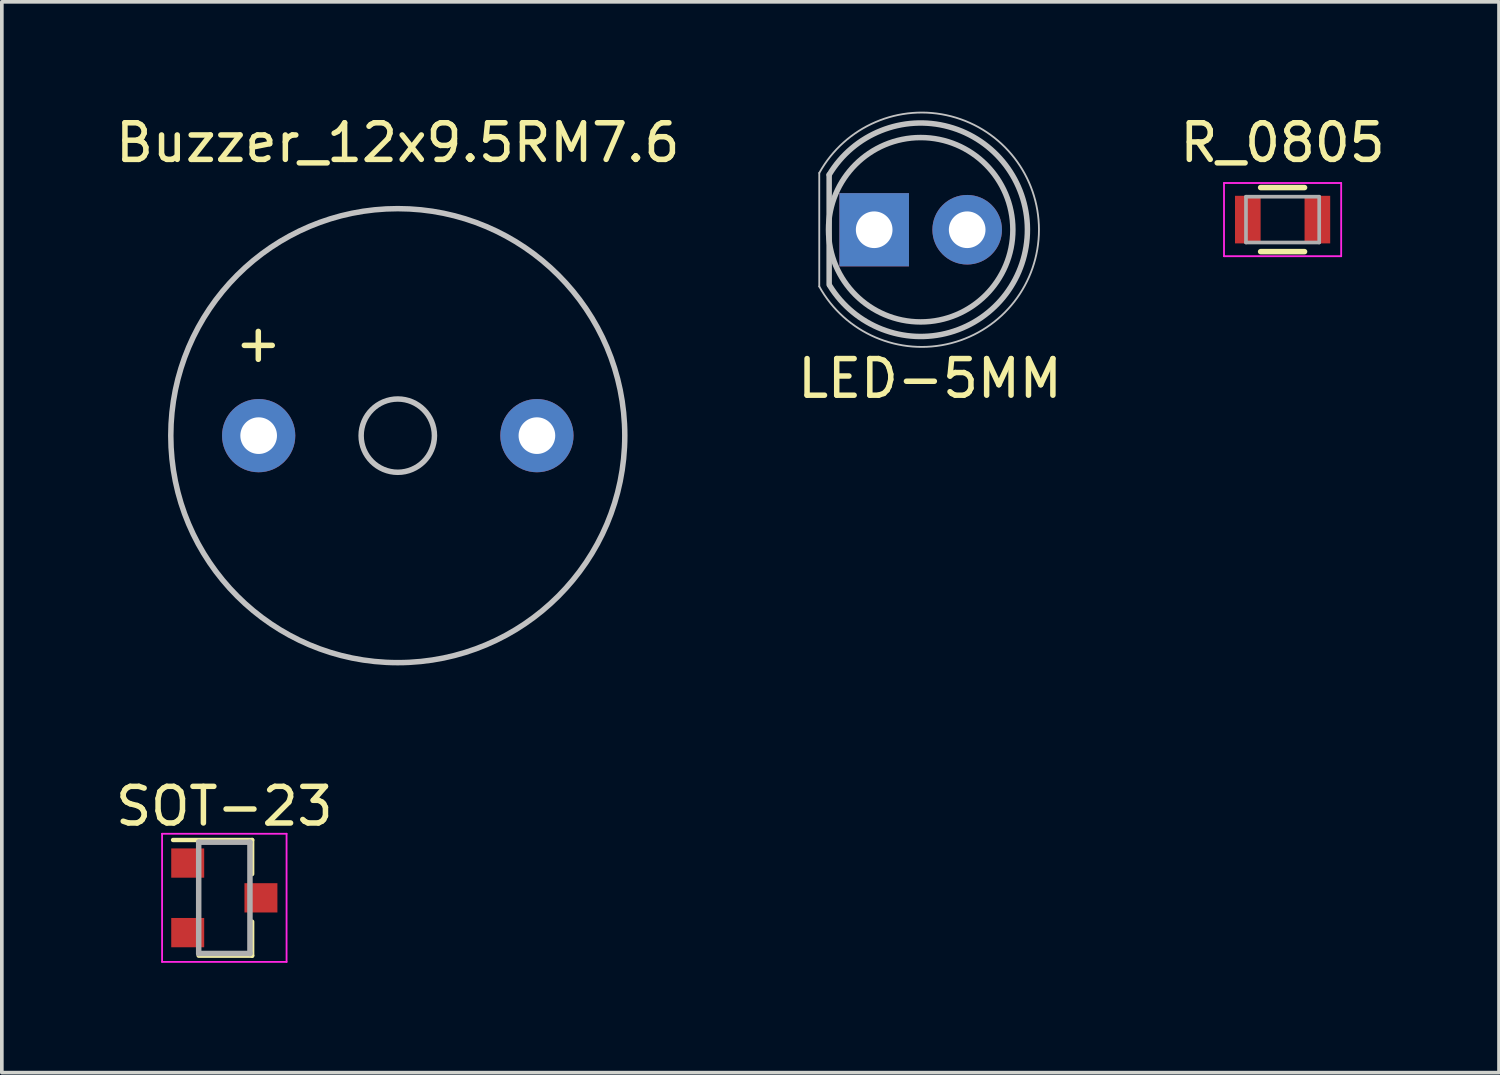
<source format=kicad_pcb>
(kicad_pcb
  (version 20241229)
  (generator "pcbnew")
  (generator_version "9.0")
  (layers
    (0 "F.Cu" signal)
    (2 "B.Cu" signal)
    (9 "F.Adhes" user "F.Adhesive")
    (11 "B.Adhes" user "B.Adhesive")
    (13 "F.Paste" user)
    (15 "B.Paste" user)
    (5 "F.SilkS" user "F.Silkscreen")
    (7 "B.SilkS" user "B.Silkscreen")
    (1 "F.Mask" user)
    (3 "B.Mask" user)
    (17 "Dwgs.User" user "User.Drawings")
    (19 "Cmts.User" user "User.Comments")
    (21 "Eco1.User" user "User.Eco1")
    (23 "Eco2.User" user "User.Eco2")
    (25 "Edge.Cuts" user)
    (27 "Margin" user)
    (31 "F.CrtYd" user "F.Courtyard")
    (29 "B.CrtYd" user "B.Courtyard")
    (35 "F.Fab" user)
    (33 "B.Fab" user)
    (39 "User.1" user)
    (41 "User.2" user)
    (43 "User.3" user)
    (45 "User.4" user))
  (footprint "SOT-23"
    (layer "F.Cu")
    (at 3.077 21.473)
    (property "Reference" "SOT-23" (at 0 -2.5 0) (layer "F.SilkS") (effects (font (size 1 1) (thickness 0.15))))
    (attr smd)
    (fp_line (start 0.76 -1.58) (end -1.4 -1.58) (stroke (width 0.12) (type solid)) (layer "F.SilkS"))
    (fp_line (start 0.76 -1.58) (end 0.76 -0.65) (stroke (width 0.12) (type solid)) (layer "F.SilkS"))
    (fp_line (start 0.76 1.58) (end -0.7 1.58) (stroke (width 0.12) (type solid)) (layer "F.SilkS"))
    (fp_line (start 0.76 1.58) (end 0.76 0.65) (stroke (width 0.12) (type solid)) (layer "F.SilkS"))
    (fp_line (start -1.7 -1.75) (end 1.7 -1.75) (stroke (width 0.05) (type solid)) (layer "F.CrtYd"))
    (fp_line (start -1.7 1.75) (end -1.7 -1.75) (stroke (width 0.05) (type solid)) (layer "F.CrtYd"))
    (fp_line (start 1.7 -1.75) (end 1.7 1.75) (stroke (width 0.05) (type solid)) (layer "F.CrtYd"))
    (fp_line (start 1.7 1.75) (end -1.7 1.75) (stroke (width 0.05) (type solid)) (layer "F.CrtYd"))
    (fp_line (start -0.7 -1.52) (end -0.7 1.52) (stroke (width 0.15) (type solid)) (layer "F.Fab"))
    (fp_line (start -0.7 -1.52) (end 0.7 -1.52) (stroke (width 0.15) (type solid)) (layer "F.Fab"))
    (fp_line (start -0.7 1.52) (end 0.7 1.52) (stroke (width 0.15) (type solid)) (layer "F.Fab"))
    (fp_line (start 0.7 -1.52) (end 0.7 1.52) (stroke (width 0.15) (type solid)) (layer "F.Fab"))
    (pad "1" smd rect (at -1 -0.95) (size 0.9 0.8) (layers "F.Cu" "F.Mask" "F.Paste"))
    (pad "2" smd rect (at -1 0.95) (size 0.9 0.8) (layers "F.Cu" "F.Mask" "F.Paste"))
    (pad "3" smd rect (at 1 0) (size 0.9 0.8) (layers "F.Cu" "F.Mask" "F.Paste")))
  (footprint "LED-5MM"
    (layer "F.Cu")
    (at 20.827 3.225)
    (property "Reference" "LED-5MM" (at 1.524 4.064 0) (layer "F.SilkS") (effects (font (size 1 1) (thickness 0.15))))
    (attr through_hole)
    (fp_line (start -1.5 -1.55) (end -1.5 1.55) (stroke (width 0.05) (type solid)) (layer "Dwgs.User"))
    (fp_line (start -1.23 1.5) (end -1.23 -1.5) (stroke (width 0.15) (type solid)) (layer "Dwgs.User"))
    (fp_arc (start -1.498248 -1.55316) (mid 4.50039 0.001807) (end -1.5 1.55) (stroke (width 0.05) (type solid)) (layer "Dwgs.User"))
    (fp_arc (start -1.23 -1.5) (mid 4.18544 -0.014565) (end -1.214888 1.524904) (stroke (width 0.15) (type solid)) (layer "Dwgs.User"))
    (fp_circle (center 1.27 0) (end 0.97 -2.5) (stroke (width 0.15) (type solid)) (fill no) (layer "Dwgs.User"))
    (pad "1" thru_hole rect (at 0 0 90) (size 2 1.9) (drill 1.001) (layers "*.Cu" "*.Mask"))
    (pad "2" thru_hole circle (at 2.54 0) (size 1.9 1.9) (drill 1.001) (layers "*.Cu" "*.Mask")))
  (footprint "R_0805"
    (layer "F.Cu")
    (at 31.982 2.948)
    (property "Reference" "R_0805" (at 0 -2.1 0) (layer "F.SilkS") (effects (font (size 1 1) (thickness 0.15))))
    (attr smd)
    (fp_line (start -0.6 -0.875) (end 0.6 -0.875) (stroke (width 0.15) (type solid)) (layer "F.SilkS"))
    (fp_line (start 0.6 0.875) (end -0.6 0.875) (stroke (width 0.15) (type solid)) (layer "F.SilkS"))
    (fp_line (start -1.6 -1) (end -1.6 1) (stroke (width 0.05) (type solid)) (layer "F.CrtYd"))
    (fp_line (start -1.6 -1) (end 1.6 -1) (stroke (width 0.05) (type solid)) (layer "F.CrtYd"))
    (fp_line (start -1.6 1) (end 1.6 1) (stroke (width 0.05) (type solid)) (layer "F.CrtYd"))
    (fp_line (start 1.6 -1) (end 1.6 1) (stroke (width 0.05) (type solid)) (layer "F.CrtYd"))
    (fp_line (start -1 -0.625) (end 1 -0.625) (stroke (width 0.1) (type solid)) (layer "F.Fab"))
    (fp_line (start -1 0.625) (end -1 -0.625) (stroke (width 0.1) (type solid)) (layer "F.Fab"))
    (fp_line (start 1 -0.625) (end 1 0.625) (stroke (width 0.1) (type solid)) (layer "F.Fab"))
    (fp_line (start 1 0.625) (end -1 0.625) (stroke (width 0.1) (type solid)) (layer "F.Fab"))
    (pad "1" smd rect (at -0.95 0) (size 0.7 1.3) (layers "F.Cu" "F.Mask" "F.Paste"))
    (pad "2" smd rect (at 0.95 0) (size 0.7 1.3) (layers "F.Cu" "F.Mask" "F.Paste")))
  (footprint "Buzzer_12x9.5RM7.6"
    (layer "F.Cu")
    (at 7.815 8.849)
    (property "Reference" "Buzzer_12x9.5RM7.6" (at 0 -8.001 0) (layer "F.SilkS") (effects (font (size 1 1) (thickness 0.15))))
    (attr through_hole)
    (fp_circle (center 0 0) (end 1.001 0) (stroke (width 0.15) (type solid)) (fill no) (layer "Dwgs.User"))
    (fp_circle (center 0 0) (end 6.2 0) (stroke (width 0.15) (type solid)) (fill no) (layer "Dwgs.User"))
    (fp_text user "+" (at -3.81 -2.54 0) (layer "F.SilkS") (effects (font (size 1 1) (thickness 0.15))))
    (pad "1" thru_hole circle (at -3.8 0) (size 2 2) (drill 1.001) (layers "*.Cu" "*.Mask"))
    (pad "2" thru_hole circle (at 3.8 0) (size 2 2) (drill 1.001) (layers "*.Cu" "*.Mask")))
  (gr_rect
    (start -3 -3)
    (end 37.893 26.248)
    (stroke (width 0.1) (type default))
    (fill no)
    (layer "Edge.Cuts")))
</source>
